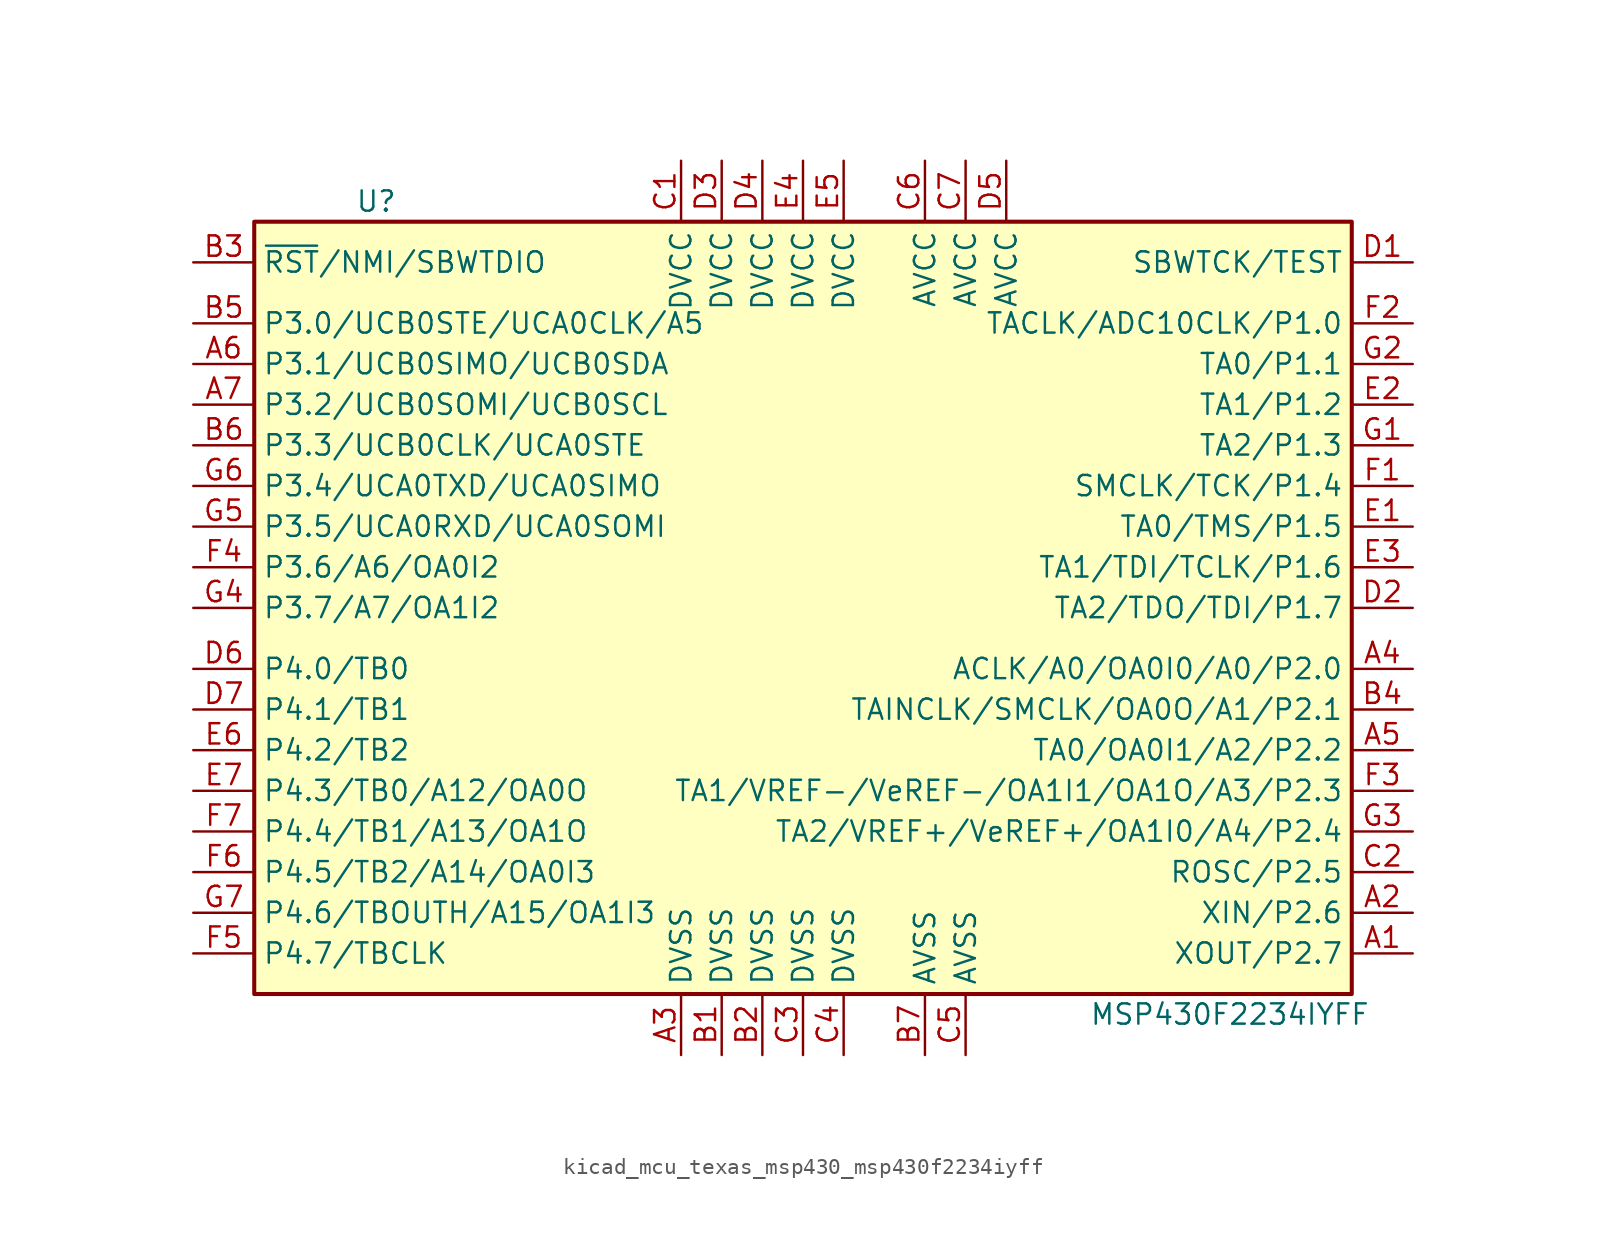
<source format=kicad_sym>
(kicad_symbol_lib
  (version 20220914)
  (generator kicad_symbol_editor)
  (symbol "kicad_mcu_texas_msp430_msp430f2234iyff"
    (property "Reference" "U"
      (at -26.67 25.4 0)
      (effects (font (size 1.27 1.27))))
    (property "Value" "MSP430F2234IYFF"
      (at 26.67 -25.4 0)
      (effects (font (size 1.27 1.27))))
    (symbol "kicad_mcu_texas_msp430_msp430f2234iyff_0_1"
      (rectangle (start -34.29 24.13) (end 34.29 -24.13) (stroke (width 0.254) (type default)) (fill (type background))))
    (symbol "kicad_mcu_texas_msp430_msp430f2234iyff_1_1"
      (pin bidirectional line (at 38.1 -21.59 180) (length 3.81) (name "XOUT/P2.7" (effects (font (size 1.27 1.27)))) (number "A1" (effects (font (size 1.27 1.27)))))
      (pin bidirectional line (at 38.1 -19.05 180) (length 3.81) (name "XIN/P2.6" (effects (font (size 1.27 1.27)))) (number "A2" (effects (font (size 1.27 1.27)))))
      (pin power_in line (at -7.62 -27.94 90) (length 3.81) (name "DVSS" (effects (font (size 1.27 1.27)))) (number "A3" (effects (font (size 1.27 1.27)))))
      (pin bidirectional line (at 38.1 -3.81 180) (length 3.81) (name "ACLK/A0/OA0I0/A0/P2.0" (effects (font (size 1.27 1.27)))) (number "A4" (effects (font (size 1.27 1.27)))))
      (pin bidirectional line (at 38.1 -8.89 180) (length 3.81) (name "TA0/OA0I1/A2/P2.2" (effects (font (size 1.27 1.27)))) (number "A5" (effects (font (size 1.27 1.27)))))
      (pin bidirectional line (at -38.1 15.24 0) (length 3.81) (name "P3.1/UCB0SIMO/UCB0SDA" (effects (font (size 1.27 1.27)))) (number "A6" (effects (font (size 1.27 1.27)))))
      (pin bidirectional line (at -38.1 12.7 0) (length 3.81) (name "P3.2/UCB0SOMI/UCB0SCL" (effects (font (size 1.27 1.27)))) (number "A7" (effects (font (size 1.27 1.27)))))
      (pin power_in line (at -5.08 -27.94 90) (length 3.81) (name "DVSS" (effects (font (size 1.27 1.27)))) (number "B1" (effects (font (size 1.27 1.27)))))
      (pin power_in line (at -2.54 -27.94 90) (length 3.81) (name "DVSS" (effects (font (size 1.27 1.27)))) (number "B2" (effects (font (size 1.27 1.27)))))
      (pin input line (at -38.1 21.59 0) (length 3.81) (name "~{RST}/NMI/SBWTDIO" (effects (font (size 1.27 1.27)))) (number "B3" (effects (font (size 1.27 1.27)))))
      (pin bidirectional line (at 38.1 -6.35 180) (length 3.81) (name "TAINCLK/SMCLK/OA0O/A1/P2.1" (effects (font (size 1.27 1.27)))) (number "B4" (effects (font (size 1.27 1.27)))))
      (pin bidirectional line (at -38.1 17.78 0) (length 3.81) (name "P3.0/UCB0STE/UCA0CLK/A5" (effects (font (size 1.27 1.27)))) (number "B5" (effects (font (size 1.27 1.27)))))
      (pin bidirectional line (at -38.1 10.16 0) (length 3.81) (name "P3.3/UCB0CLK/UCA0STE" (effects (font (size 1.27 1.27)))) (number "B6" (effects (font (size 1.27 1.27)))))
      (pin power_in line (at 7.62 -27.94 90) (length 3.81) (name "AVSS" (effects (font (size 1.27 1.27)))) (number "B7" (effects (font (size 1.27 1.27)))))
      (pin power_in line (at -7.62 27.94 270) (length 3.81) (name "DVCC" (effects (font (size 1.27 1.27)))) (number "C1" (effects (font (size 1.27 1.27)))))
      (pin bidirectional line (at 38.1 -16.51 180) (length 3.81) (name "ROSC/P2.5" (effects (font (size 1.27 1.27)))) (number "C2" (effects (font (size 1.27 1.27)))))
      (pin power_in line (at 0 -27.94 90) (length 3.81) (name "DVSS" (effects (font (size 1.27 1.27)))) (number "C3" (effects (font (size 1.27 1.27)))))
      (pin power_in line (at 2.54 -27.94 90) (length 3.81) (name "DVSS" (effects (font (size 1.27 1.27)))) (number "C4" (effects (font (size 1.27 1.27)))))
      (pin power_in line (at 10.16 -27.94 90) (length 3.81) (name "AVSS" (effects (font (size 1.27 1.27)))) (number "C5" (effects (font (size 1.27 1.27)))))
      (pin power_in line (at 7.62 27.94 270) (length 3.81) (name "AVCC" (effects (font (size 1.27 1.27)))) (number "C6" (effects (font (size 1.27 1.27)))))
      (pin power_in line (at 10.16 27.94 270) (length 3.81) (name "AVCC" (effects (font (size 1.27 1.27)))) (number "C7" (effects (font (size 1.27 1.27)))))
      (pin input line (at 38.1 21.59 180) (length 3.81) (name "SBWTCK/TEST" (effects (font (size 1.27 1.27)))) (number "D1" (effects (font (size 1.27 1.27)))))
      (pin bidirectional line (at 38.1 0 180) (length 3.81) (name "TA2/TDO/TDI/P1.7" (effects (font (size 1.27 1.27)))) (number "D2" (effects (font (size 1.27 1.27)))))
      (pin power_in line (at -5.08 27.94 270) (length 3.81) (name "DVCC" (effects (font (size 1.27 1.27)))) (number "D3" (effects (font (size 1.27 1.27)))))
      (pin power_in line (at -2.54 27.94 270) (length 3.81) (name "DVCC" (effects (font (size 1.27 1.27)))) (number "D4" (effects (font (size 1.27 1.27)))))
      (pin power_in line (at 12.7 27.94 270) (length 3.81) (name "AVCC" (effects (font (size 1.27 1.27)))) (number "D5" (effects (font (size 1.27 1.27)))))
      (pin bidirectional line (at -38.1 -3.81 0) (length 3.81) (name "P4.0/TB0" (effects (font (size 1.27 1.27)))) (number "D6" (effects (font (size 1.27 1.27)))))
      (pin bidirectional line (at -38.1 -6.35 0) (length 3.81) (name "P4.1/TB1" (effects (font (size 1.27 1.27)))) (number "D7" (effects (font (size 1.27 1.27)))))
      (pin bidirectional line (at 38.1 5.08 180) (length 3.81) (name "TA0/TMS/P1.5" (effects (font (size 1.27 1.27)))) (number "E1" (effects (font (size 1.27 1.27)))))
      (pin bidirectional line (at 38.1 12.7 180) (length 3.81) (name "TA1/P1.2" (effects (font (size 1.27 1.27)))) (number "E2" (effects (font (size 1.27 1.27)))))
      (pin bidirectional line (at 38.1 2.54 180) (length 3.81) (name "TA1/TDI/TCLK/P1.6" (effects (font (size 1.27 1.27)))) (number "E3" (effects (font (size 1.27 1.27)))))
      (pin power_in line (at 0 27.94 270) (length 3.81) (name "DVCC" (effects (font (size 1.27 1.27)))) (number "E4" (effects (font (size 1.27 1.27)))))
      (pin power_in line (at 2.54 27.94 270) (length 3.81) (name "DVCC" (effects (font (size 1.27 1.27)))) (number "E5" (effects (font (size 1.27 1.27)))))
      (pin bidirectional line (at -38.1 -8.89 0) (length 3.81) (name "P4.2/TB2" (effects (font (size 1.27 1.27)))) (number "E6" (effects (font (size 1.27 1.27)))))
      (pin bidirectional line (at -38.1 -11.43 0) (length 3.81) (name "P4.3/TB0/A12/OA0O" (effects (font (size 1.27 1.27)))) (number "E7" (effects (font (size 1.27 1.27)))))
      (pin bidirectional line (at 38.1 7.62 180) (length 3.81) (name "SMCLK/TCK/P1.4" (effects (font (size 1.27 1.27)))) (number "F1" (effects (font (size 1.27 1.27)))))
      (pin bidirectional line (at 38.1 17.78 180) (length 3.81) (name "TACLK/ADC10CLK/P1.0" (effects (font (size 1.27 1.27)))) (number "F2" (effects (font (size 1.27 1.27)))))
      (pin bidirectional line (at 38.1 -11.43 180) (length 3.81) (name "TA1/VREF-/VeREF-/OA1I1/OA1O/A3/P2.3" (effects (font (size 1.27 1.27)))) (number "F3" (effects (font (size 1.27 1.27)))))
      (pin bidirectional line (at -38.1 2.54 0) (length 3.81) (name "P3.6/A6/OA0I2" (effects (font (size 1.27 1.27)))) (number "F4" (effects (font (size 1.27 1.27)))))
      (pin bidirectional line (at -38.1 -21.59 0) (length 3.81) (name "P4.7/TBCLK" (effects (font (size 1.27 1.27)))) (number "F5" (effects (font (size 1.27 1.27)))))
      (pin bidirectional line (at -38.1 -16.51 0) (length 3.81) (name "P4.5/TB2/A14/OA0I3" (effects (font (size 1.27 1.27)))) (number "F6" (effects (font (size 1.27 1.27)))))
      (pin bidirectional line (at -38.1 -13.97 0) (length 3.81) (name "P4.4/TB1/A13/OA1O" (effects (font (size 1.27 1.27)))) (number "F7" (effects (font (size 1.27 1.27)))))
      (pin bidirectional line (at 38.1 10.16 180) (length 3.81) (name "TA2/P1.3" (effects (font (size 1.27 1.27)))) (number "G1" (effects (font (size 1.27 1.27)))))
      (pin bidirectional line (at 38.1 15.24 180) (length 3.81) (name "TA0/P1.1" (effects (font (size 1.27 1.27)))) (number "G2" (effects (font (size 1.27 1.27)))))
      (pin bidirectional line (at 38.1 -13.97 180) (length 3.81) (name "TA2/VREF+/VeREF+/OA1I0/A4/P2.4" (effects (font (size 1.27 1.27)))) (number "G3" (effects (font (size 1.27 1.27)))))
      (pin bidirectional line (at -38.1 0 0) (length 3.81) (name "P3.7/A7/OA1I2" (effects (font (size 1.27 1.27)))) (number "G4" (effects (font (size 1.27 1.27)))))
      (pin bidirectional line (at -38.1 5.08 0) (length 3.81) (name "P3.5/UCA0RXD/UCA0SOMI" (effects (font (size 1.27 1.27)))) (number "G5" (effects (font (size 1.27 1.27)))))
      (pin bidirectional line (at -38.1 7.62 0) (length 3.81) (name "P3.4/UCA0TXD/UCA0SIMO" (effects (font (size 1.27 1.27)))) (number "G6" (effects (font (size 1.27 1.27)))))
      (pin bidirectional line (at -38.1 -19.05 0) (length 3.81) (name "P4.6/TBOUTH/A15/OA1I3" (effects (font (size 1.27 1.27)))) (number "G7" (effects (font (size 1.27 1.27))))))))
</source>
